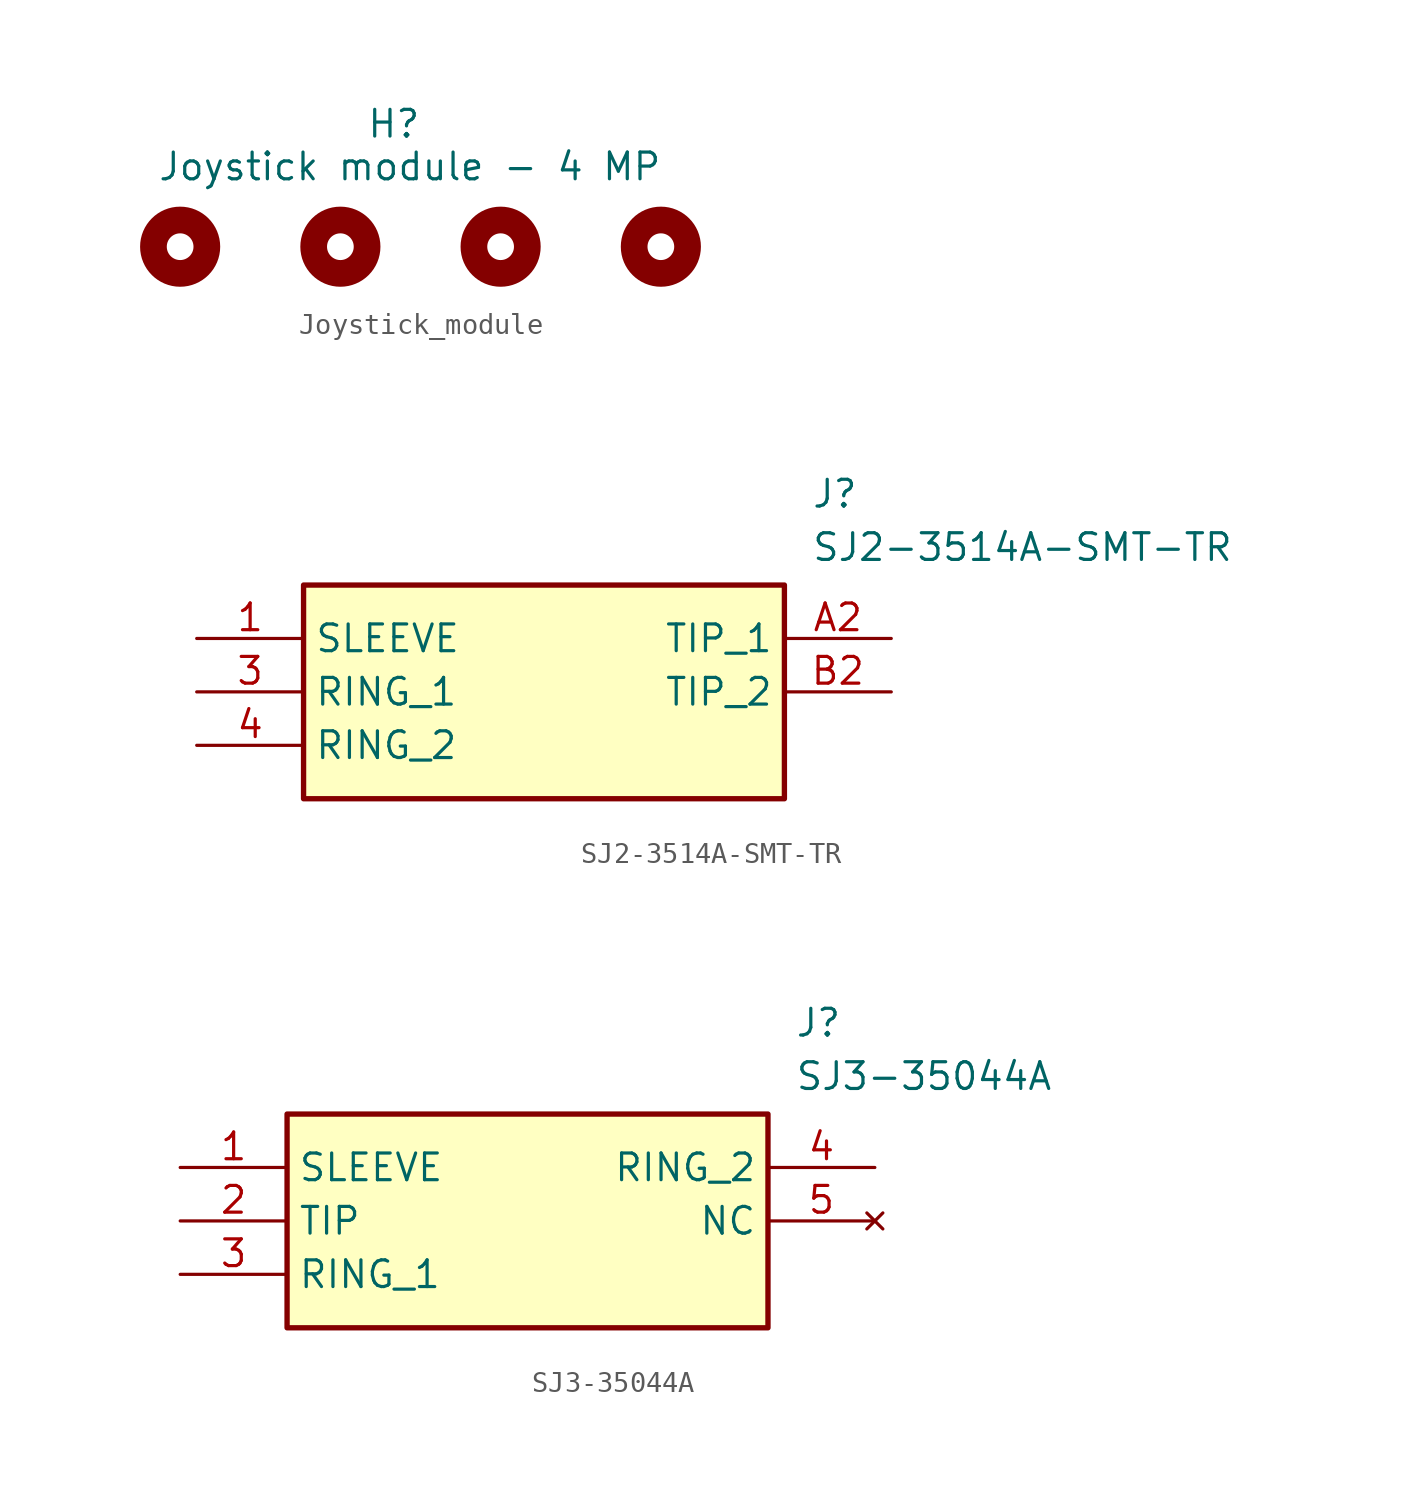
<source format=kicad_sym>
(kicad_symbol_lib
  (version 20231120)
  (generator "kicad_symbol_editor")
  (generator_version "8.0")
  (symbol "Joystick_module"
    (property "Reference" "H"
      (at 10.16 5.842 0)
      (effects (font (size 1.27 1.27))))
    (property "Value" "Joystick module - 4 MP"
      (at 10.922 3.81 0)
      (effects (font (size 1.27 1.27))))
    (symbol "Joystick_module_0_1"
      (circle (center 0 0) (radius 1.27) (stroke (width 1.27) (type default)) (fill (type none)))
      (circle (center 7.62 0) (radius 1.27) (stroke (width 1.27) (type default)) (fill (type none)))
      (circle (center 15.24 0) (radius 1.27) (stroke (width 1.27) (type default)) (fill (type none)))
      (circle (center 22.86 0) (radius 1.27) (stroke (width 1.27) (type default)) (fill (type none)))))
  (symbol "SJ2-3514A-SMT-TR"
    (property "Reference" "J"
      (at 29.21 7.62 0)
      (effects (font (size 1.27 1.27)) (justify left top)))
    (property "Value" "SJ2-3514A-SMT-TR"
      (at 29.21 5.08 0)
      (effects (font (size 1.27 1.27)) (justify left top)))
    (symbol "SJ2-3514A-SMT-TR_1_1"
      (rectangle (start 5.08 2.54) (end 27.94 -7.62) (stroke (width 0.254) (type default)) (fill (type background)))
      (pin passive line (at 0 0 0) (length 5.08) (name "SLEEVE" (effects (font (size 1.27 1.27)))) (number "1" (effects (font (size 1.27 1.27)))))
      (pin passive line (at 0 -2.54 0) (length 5.08) (name "RING_1" (effects (font (size 1.27 1.27)))) (number "3" (effects (font (size 1.27 1.27)))))
      (pin passive line (at 0 -5.08 0) (length 5.08) (name "RING_2" (effects (font (size 1.27 1.27)))) (number "4" (effects (font (size 1.27 1.27)))))
      (pin passive line (at 33.02 0 180) (length 5.08) (name "TIP_1" (effects (font (size 1.27 1.27)))) (number "A2" (effects (font (size 1.27 1.27)))))
      (pin passive line (at 33.02 -2.54 180) (length 5.08) (name "TIP_2" (effects (font (size 1.27 1.27)))) (number "B2" (effects (font (size 1.27 1.27)))))))
  (symbol "SJ3-35044A"
    (property "Reference" "J"
      (at 29.21 7.62 0)
      (effects (font (size 1.27 1.27)) (justify left top)))
    (property "Value" "SJ3-35044A"
      (at 29.21 5.08 0)
      (effects (font (size 1.27 1.27)) (justify left top)))
    (symbol "SJ3-35044A_1_1"
      (rectangle (start 5.08 2.54) (end 27.94 -7.62) (stroke (width 0.254) (type default)) (fill (type background)))
      (pin passive line (at 0 0 0) (length 5.08) (name "SLEEVE" (effects (font (size 1.27 1.27)))) (number "1" (effects (font (size 1.27 1.27)))))
      (pin passive line (at 0 -2.54 0) (length 5.08) (name "TIP" (effects (font (size 1.27 1.27)))) (number "2" (effects (font (size 1.27 1.27)))))
      (pin passive line (at 0 -5.08 0) (length 5.08) (name "RING_1" (effects (font (size 1.27 1.27)))) (number "3" (effects (font (size 1.27 1.27)))))
      (pin passive line (at 33.02 0 180) (length 5.08) (name "RING_2" (effects (font (size 1.27 1.27)))) (number "4" (effects (font (size 1.27 1.27)))))
      (pin no_connect line (at 33.02 -2.54 180) (length 5.08) (name "NC" (effects (font (size 1.27 1.27)))) (number "5" (effects (font (size 1.27 1.27))))))))
</source>
